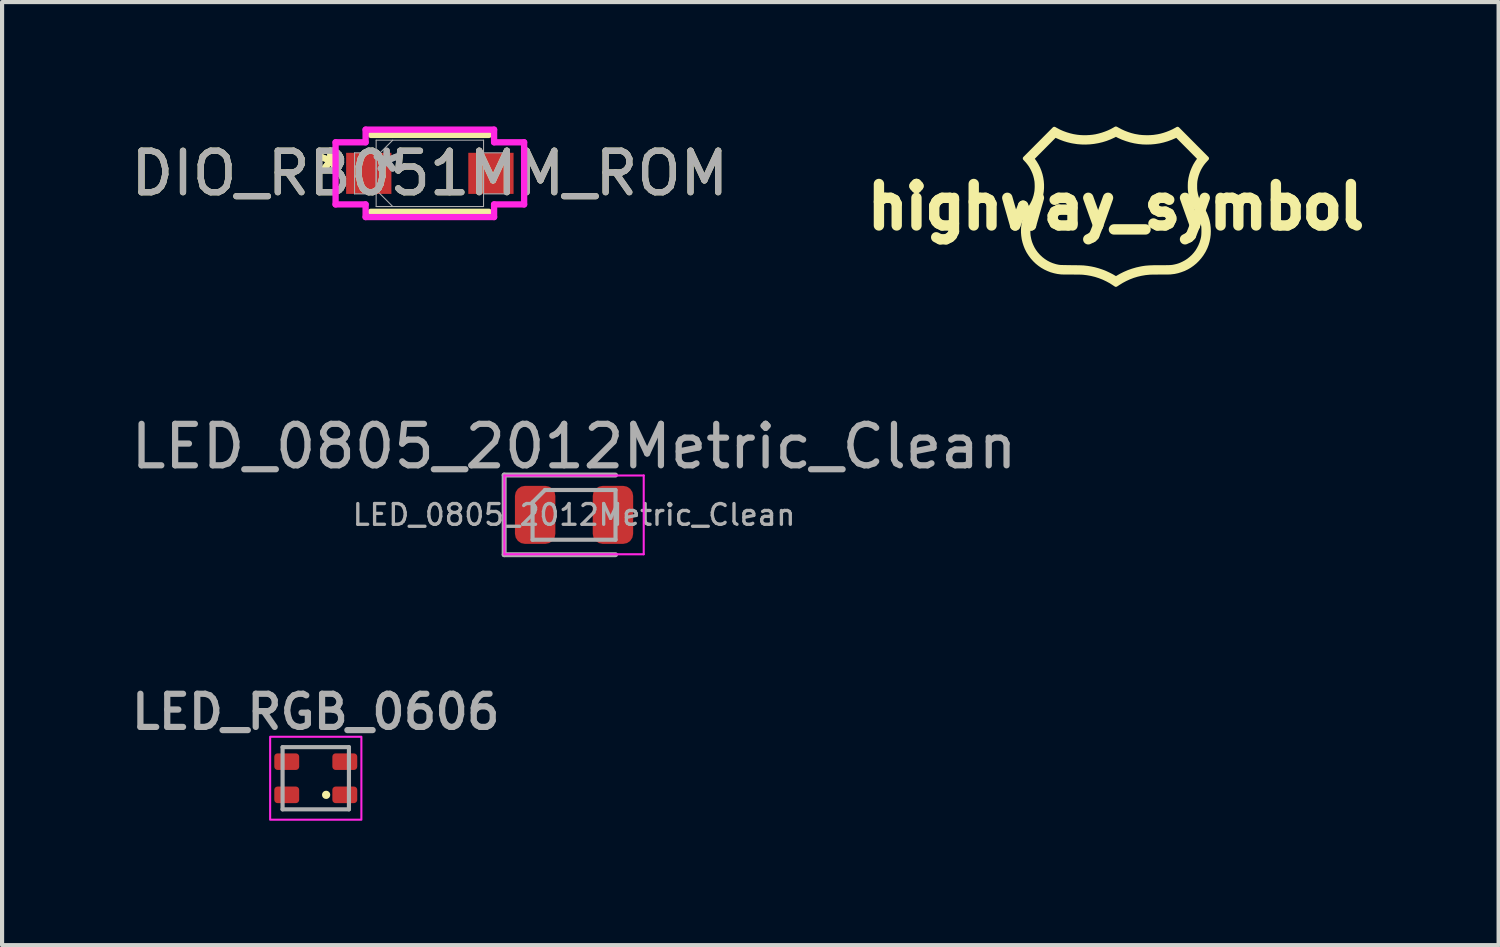
<source format=kicad_pcb>
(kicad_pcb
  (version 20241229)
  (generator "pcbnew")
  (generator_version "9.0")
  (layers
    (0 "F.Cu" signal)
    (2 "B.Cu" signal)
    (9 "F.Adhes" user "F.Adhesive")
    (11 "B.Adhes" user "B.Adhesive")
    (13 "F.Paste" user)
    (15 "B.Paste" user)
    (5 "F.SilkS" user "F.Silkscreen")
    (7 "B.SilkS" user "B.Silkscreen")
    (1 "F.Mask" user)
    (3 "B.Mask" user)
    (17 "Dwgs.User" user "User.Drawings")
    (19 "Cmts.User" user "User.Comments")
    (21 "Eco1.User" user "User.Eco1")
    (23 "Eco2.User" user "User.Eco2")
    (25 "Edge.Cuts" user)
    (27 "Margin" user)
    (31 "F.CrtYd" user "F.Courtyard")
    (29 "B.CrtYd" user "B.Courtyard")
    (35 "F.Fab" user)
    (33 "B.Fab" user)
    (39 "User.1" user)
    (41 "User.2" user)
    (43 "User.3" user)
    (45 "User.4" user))
  (footprint "LED_RGB_0606"
    (layer "F.Cu")
    (at 4.564 15.716)
    (property "Reference" "LED_RGB_0606" (at 0 -1.6 0) (unlocked yes) (layer "F.Fab") (effects (font (size 0.8 0.8) (thickness 0.15) (bold yes))))
    (attr smd)
    (fp_circle (center 0.25 0.4) (end 0.25 0.45) (stroke (width 0.1) (type default)) (fill no) (layer "F.SilkS"))
    (fp_rect (start -1.1 -1) (end 1.1 1) (stroke (width 0.05) (type default)) (fill no) (layer "F.CrtYd"))
    (fp_line (start -0.8 -0.75) (end -0.8 0.75) (stroke (width 0.1) (type default)) (layer "F.Fab"))
    (fp_line (start -0.8 0.75) (end 0.8 0.75) (stroke (width 0.1) (type default)) (layer "F.Fab"))
    (fp_line (start 0.8 -0.75) (end -0.8 -0.75) (stroke (width 0.1) (type default)) (layer "F.Fab"))
    (fp_line (start 0.8 0.75) (end 0.8 -0.75) (stroke (width 0.1) (type default)) (layer "F.Fab"))
    (pad "1" smd roundrect (at 0.7 0.4) (size 0.6 0.4) (layers "F.Cu" "F.Mask" "F.Paste") (roundrect_rratio 0.2))
    (pad "2" smd roundrect (at 0.7 -0.4) (size 0.6 0.4) (layers "F.Cu" "F.Mask" "F.Paste") (roundrect_rratio 0.2))
    (pad "3" smd roundrect (at -0.7 -0.4) (size 0.6 0.4) (layers "F.Cu" "F.Mask" "F.Paste") (roundrect_rratio 0.2))
    (pad "4" smd roundrect (at -0.7 0.4) (size 0.6 0.4) (layers "F.Cu" "F.Mask" "F.Paste") (roundrect_rratio 0.2)))
  (footprint "highway_symbol"
    (layer "F.Cu")
    (at 23.858 1.937)
    (property "Reference" "highway_symbol" (at 0 0 0) (layer "F.SilkS") (effects (font (size 1 1) (thickness 0.25) (bold yes))))
    (attr board_only exclude_from_pos_files exclude_from_bom)
    (fp_poly (pts (xy 0.003 -1.885) (xy 0.012 -1.881) (xy 0.023 -1.874) (xy 0.038 -1.866) (xy 0.044 -1.863) (xy 0.118 -1.823) (xy 0.197 -1.787) (xy 0.279 -1.756) (xy 0.363 -1.729) (xy 0.446 -1.708) (xy 0.468 -1.704) (xy 0.555 -1.689) (xy 0.644 -1.68) (xy 0.735 -1.677) (xy 0.825 -1.678) (xy 0.915 -1.685) (xy 1.001 -1.698) (xy 1.015 -1.7) (xy 1.089 -1.716) (xy 1.164 -1.737) (xy 1.238 -1.762) (xy 1.311 -1.791) (xy 1.381 -1.822) (xy 1.446 -1.857) (xy 1.458 -1.863) (xy 1.486 -1.88) (xy 1.671 -1.694) (xy 1.706 -1.659) (xy 1.744 -1.62) (xy 1.784 -1.58) (xy 1.826 -1.538) (xy 1.868 -1.496) (xy 1.909 -1.454) (xy 1.949 -1.414) (xy 1.986 -1.377) (xy 2.019 -1.343) (xy 2.025 -1.338) (xy 2.195 -1.167) (xy 2.16 -1.129) (xy 2.12 -1.084) (xy 2.085 -1.04) (xy 2.055 -0.996) (xy 2.027 -0.95) (xy 2.005 -0.91) (xy 1.974 -0.84) (xy 1.948 -0.768) (xy 1.928 -0.694) (xy 1.916 -0.632) (xy 1.913 -0.608) (xy 1.911 -0.579) (xy 1.909 -0.547) (xy 1.909 -0.513) (xy 1.909 -0.478) (xy 1.909 -0.445) (xy 1.911 -0.414) (xy 1.913 -0.388) (xy 1.915 -0.372) (xy 1.93 -0.293) (xy 1.951 -0.217) (xy 1.977 -0.144) (xy 2.01 -0.075) (xy 2.028 -0.042) (xy 2.034 -0.03) (xy 2.044 -0.015) (xy 2.055 0.002) (xy 2.066 0.02) (xy 2.071 0.027) (xy 2.11 0.092) (xy 2.144 0.156) (xy 2.172 0.221) (xy 2.195 0.287) (xy 2.212 0.35) (xy 2.227 0.429) (xy 2.236 0.509) (xy 2.239 0.588) (xy 2.236 0.668) (xy 2.226 0.747) (xy 2.21 0.824) (xy 2.189 0.9) (xy 2.161 0.974) (xy 2.127 1.045) (xy 2.11 1.076) (xy 2.066 1.146) (xy 2.017 1.211) (xy 1.964 1.272) (xy 1.907 1.328) (xy 1.845 1.379) (xy 1.78 1.425) (xy 1.712 1.465) (xy 1.64 1.5) (xy 1.565 1.528) (xy 1.488 1.552) (xy 1.409 1.569) (xy 1.327 1.579) (xy 1.32 1.58) (xy 1.31 1.581) (xy 1.294 1.581) (xy 1.272 1.582) (xy 1.246 1.582) (xy 1.217 1.583) (xy 1.184 1.583) (xy 1.148 1.583) (xy 1.111 1.583) (xy 1.073 1.583) (xy 1.072 1.583) (xy 1.033 1.583) (xy 0.996 1.584) (xy 0.959 1.584) (xy 0.925 1.584) (xy 0.894 1.585) (xy 0.866 1.585) (xy 0.843 1.586) (xy 0.825 1.586) (xy 0.813 1.587) (xy 0.711 1.597) (xy 0.61 1.614) (xy 0.511 1.637) (xy 0.415 1.666) (xy 0.321 1.702) (xy 0.229 1.744) (xy 0.139 1.792) (xy 0.053 1.845) (xy 0.037 1.856) (xy 0.022 1.866) (xy 0.011 1.873) (xy 0.003 1.878) (xy -0.000317 1.88) (xy -0.000328 1.88) (xy -0.003 1.878) (xy -0.011 1.873) (xy -0.022 1.866) (xy -0.035 1.857) (xy -0.038 1.855) (xy -0.123 1.8) (xy -0.212 1.752) (xy -0.303 1.709) (xy -0.396 1.673) (xy -0.492 1.642) (xy -0.59 1.618) (xy -0.691 1.6) (xy -0.792 1.588) (xy -0.813 1.587) (xy -0.826 1.586) (xy -0.844 1.586) (xy -0.867 1.585) (xy -0.894 1.585) (xy -0.926 1.584) (xy -0.96 1.584) (xy -0.996 1.584) (xy -1.034 1.583) (xy -1.072 1.583) (xy -1.11 1.583) (xy -1.147 1.583) (xy -1.183 1.583) (xy -1.216 1.582) (xy -1.246 1.582) (xy -1.273 1.582) (xy -1.294 1.581) (xy -1.311 1.581) (xy -1.322 1.58) (xy -1.322 1.58) (xy -1.403 1.57) (xy -1.482 1.553) (xy -1.559 1.531) (xy -1.633 1.502) (xy -1.705 1.468) (xy -1.773 1.429) (xy -1.838 1.384) (xy -1.9 1.334) (xy -1.958 1.278) (xy -2.011 1.219) (xy -2.06 1.154) (xy -2.105 1.085) (xy -2.12 1.058) (xy -2.153 0.991) (xy -2.181 0.92) (xy -2.204 0.847) (xy -2.222 0.772) (xy -2.233 0.695) (xy -2.239 0.619) (xy -2.239 0.573) (xy -2.113 0.573) (xy -2.113 0.607) (xy -2.112 0.64) (xy -2.11 0.671) (xy -2.107 0.698) (xy -2.105 0.713) (xy -2.09 0.79) (xy -2.069 0.864) (xy -2.041 0.934) (xy -2.008 1.002) (xy -1.969 1.067) (xy -1.924 1.128) (xy -1.874 1.185) (xy -1.858 1.201) (xy -1.802 1.253) (xy -1.741 1.3) (xy -1.678 1.341) (xy -1.611 1.376) (xy -1.541 1.405) (xy -1.468 1.428) (xy -1.445 1.434) (xy -1.43 1.437) (xy -1.417 1.44) (xy -1.405 1.443) (xy -1.393 1.445) (xy -1.38 1.447) (xy -1.367 1.449) (xy -1.353 1.45) (xy -1.337 1.452) (xy -1.318 1.453) (xy -1.297 1.453) (xy -1.272 1.454) (xy -1.243 1.455) (xy -1.21 1.455) (xy -1.171 1.456) (xy -1.127 1.456) (xy -1.085 1.457) (xy -1.043 1.457) (xy -1.002 1.458) (xy -0.963 1.458) (xy -0.926 1.459) (xy -0.892 1.46) (xy -0.861 1.46) (xy -0.835 1.461) (xy -0.813 1.462) (xy -0.797 1.462) (xy -0.787 1.463) (xy -0.787 1.463) (xy -0.694 1.473) (xy -0.606 1.487) (xy -0.521 1.505) (xy -0.437 1.528) (xy -0.355 1.555) (xy -0.295 1.577) (xy -0.259 1.592) (xy -0.22 1.61) (xy -0.18 1.629) (xy -0.14 1.649) (xy -0.101 1.669) (xy -0.065 1.69) (xy -0.034 1.708) (xy -0.022 1.716) (xy -0.012 1.723) (xy -0.004 1.728) (xy -0.001 1.73) (xy -0.001 1.73) (xy 0.002 1.728) (xy 0.009 1.724) (xy 0.02 1.717) (xy 0.031 1.711) (xy 0.119 1.66) (xy 0.211 1.614) (xy 0.306 1.573) (xy 0.403 1.539) (xy 0.503 1.51) (xy 0.598 1.489) (xy 0.628 1.483) (xy 0.657 1.478) (xy 0.685 1.474) (xy 0.714 1.47) (xy 0.744 1.467) (xy 0.776 1.465) (xy 0.81 1.462) (xy 0.847 1.461) (xy 0.887 1.459) (xy 0.931 1.458) (xy 0.98 1.458) (xy 1.034 1.457) (xy 1.094 1.457) (xy 1.124 1.457) (xy 1.169 1.457) (xy 1.208 1.457) (xy 1.242 1.456) (xy 1.271 1.456) (xy 1.296 1.455) (xy 1.319 1.454) (xy 1.338 1.452) (xy 1.356 1.451) (xy 1.373 1.448) (xy 1.389 1.446) (xy 1.405 1.442) (xy 1.423 1.439) (xy 1.426 1.438) (xy 1.473 1.427) (xy 1.516 1.414) (xy 1.557 1.399) (xy 1.599 1.38) (xy 1.625 1.368) (xy 1.692 1.332) (xy 1.754 1.291) (xy 1.812 1.244) (xy 1.867 1.193) (xy 1.916 1.138) (xy 1.961 1.079) (xy 2 1.015) (xy 2.034 0.949) (xy 2.063 0.879) (xy 2.085 0.807) (xy 2.09 0.789) (xy 2.097 0.761) (xy 2.102 0.736) (xy 2.106 0.713) (xy 2.108 0.689) (xy 2.11 0.665) (xy 2.111 0.637) (xy 2.112 0.605) (xy 2.112 0.583) (xy 2.112 0.552) (xy 2.111 0.527) (xy 2.111 0.506) (xy 2.11 0.488) (xy 2.108 0.472) (xy 2.106 0.457) (xy 2.106 0.457) (xy 2.092 0.387) (xy 2.073 0.318) (xy 2.049 0.252) (xy 2.037 0.223) (xy 2.027 0.201) (xy 2.017 0.181) (xy 2.005 0.159) (xy 1.991 0.136) (xy 1.975 0.11) (xy 1.96 0.086) (xy 1.919 0.018) (xy 1.884 -0.049) (xy 1.854 -0.115) (xy 1.83 -0.183) (xy 1.811 -0.252) (xy 1.796 -0.325) (xy 1.787 -0.393) (xy 1.785 -0.413) (xy 1.784 -0.437) (xy 1.783 -0.465) (xy 1.783 -0.495) (xy 1.783 -0.525) (xy 1.784 -0.553) (xy 1.785 -0.579) (xy 1.786 -0.6) (xy 1.787 -0.603) (xy 1.799 -0.687) (xy 1.818 -0.768) (xy 1.843 -0.848) (xy 1.874 -0.924) (xy 1.91 -0.998) (xy 1.953 -1.069) (xy 2 -1.135) (xy 2.008 -1.146) (xy 2.015 -1.155) (xy 2.019 -1.162) (xy 2.02 -1.163) (xy 2.018 -1.166) (xy 2.011 -1.173) (xy 2 -1.184) (xy 1.986 -1.199) (xy 1.967 -1.217) (xy 1.946 -1.239) (xy 1.921 -1.264) (xy 1.894 -1.291) (xy 1.865 -1.321) (xy 1.833 -1.353) (xy 1.8 -1.387) (xy 1.765 -1.422) (xy 1.743 -1.444) (xy 1.465 -1.724) (xy 1.422 -1.703) (xy 1.329 -1.663) (xy 1.234 -1.628) (xy 1.138 -1.6) (xy 1.041 -1.578) (xy 0.943 -1.563) (xy 0.844 -1.554) (xy 0.745 -1.551) (xy 0.646 -1.554) (xy 0.548 -1.564) (xy 0.45 -1.58) (xy 0.354 -1.602) (xy 0.258 -1.631) (xy 0.164 -1.665) (xy 0.072 -1.706) (xy 0.057 -1.714) (xy -0.000227 -1.743) (xy -0.058 -1.713) (xy -0.148 -1.672) (xy -0.241 -1.636) (xy -0.335 -1.607) (xy -0.432 -1.584) (xy -0.53 -1.567) (xy -0.629 -1.556) (xy -0.728 -1.551) (xy -0.828 -1.553) (xy -0.928 -1.561) (xy -1.027 -1.576) (xy -1.07 -1.584) (xy -1.157 -1.605) (xy -1.243 -1.631) (xy -1.329 -1.663) (xy -1.416 -1.701) (xy -1.425 -1.705) (xy -1.465 -1.724) (xy -1.743 -1.444) (xy -1.778 -1.408) (xy -1.813 -1.374) (xy -1.845 -1.341) (xy -1.876 -1.31) (xy -1.905 -1.281) (xy -1.931 -1.254) (xy -1.954 -1.231) (xy -1.975 -1.21) (xy -1.992 -1.193) (xy -2.005 -1.179) (xy -2.014 -1.17) (xy -2.019 -1.164) (xy -2.02 -1.163) (xy -2.018 -1.16) (xy -2.013 -1.153) (xy -2.006 -1.143) (xy -2 -1.135) (xy -1.952 -1.067) (xy -1.91 -0.997) (xy -1.873 -0.924) (xy -1.843 -0.849) (xy -1.819 -0.773) (xy -1.801 -0.694) (xy -1.789 -0.615) (xy -1.783 -0.535) (xy -1.783 -0.455) (xy -1.789 -0.375) (xy -1.802 -0.294) (xy -1.821 -0.215) (xy -1.846 -0.137) (xy -1.878 -0.06) (xy -1.882 -0.052) (xy -1.895 -0.025) (xy -1.909 0.002) (xy -1.926 0.031) (xy -1.945 0.063) (xy -1.965 0.093) (xy -2.003 0.156) (xy -2.035 0.219) (xy -2.061 0.281) (xy -2.082 0.345) (xy -2.097 0.411) (xy -2.108 0.48) (xy -2.109 0.486) (xy -2.111 0.511) (xy -2.113 0.541) (xy -2.113 0.573) (xy -2.239 0.573) (xy -2.239 0.544) (xy -2.238 0.526) (xy -2.235 0.489) (xy -2.231 0.456) (xy -2.227 0.425) (xy -2.221 0.395) (xy -2.214 0.362) (xy -2.21 0.343) (xy -2.194 0.286) (xy -2.176 0.231) (xy -2.154 0.178) (xy -2.128 0.125) (xy -2.098 0.072) (xy -2.069 0.025) (xy -2.033 -0.034) (xy -2.003 -0.09) (xy -1.977 -0.145) (xy -1.956 -0.201) (xy -1.938 -0.258) (xy -1.925 -0.318) (xy -1.916 -0.365) (xy -1.913 -0.391) (xy -1.911 -0.422) (xy -1.909 -0.457) (xy -1.908 -0.493) (xy -1.909 -0.529) (xy -1.91 -0.563) (xy -1.912 -0.594) (xy -1.914 -0.62) (xy -1.915 -0.622) (xy -1.928 -0.693) (xy -1.945 -0.76) (xy -1.967 -0.824) (xy -1.995 -0.888) (xy -2.007 -0.912) (xy -2.034 -0.962) (xy -2.063 -1.009) (xy -2.096 -1.054) (xy -2.133 -1.1) (xy -2.16 -1.129) (xy -2.195 -1.167) (xy -2.025 -1.338) (xy -1.992 -1.371) (xy -1.956 -1.407) (xy -1.917 -1.447) (xy -1.876 -1.488) (xy -1.834 -1.53) (xy -1.792 -1.572) (xy -1.751 -1.613) (xy -1.713 -1.652) (xy -1.677 -1.688) (xy -1.671 -1.694) (xy -1.486 -1.88) (xy -1.447 -1.858) (xy -1.37 -1.817) (xy -1.288 -1.781) (xy -1.203 -1.75) (xy -1.116 -1.724) (xy -1.028 -1.703) (xy -0.942 -1.689) (xy -0.868 -1.681) (xy -0.792 -1.677) (xy -0.714 -1.677) (xy -0.637 -1.681) (xy -0.562 -1.688) (xy -0.49 -1.699) (xy -0.484 -1.7) (xy -0.406 -1.718) (xy -0.327 -1.74) (xy -0.249 -1.767) (xy -0.173 -1.797) (xy -0.101 -1.831) (xy -0.034 -1.868) (xy -0.021 -1.876) (xy -0.01 -1.882) (xy -0.003 -1.886) (xy -0.000235 -1.887)) (stroke (width 0.1) (type solid)) (fill yes) (layer "F.SilkS")))
  (footprint "LED_0805_2012Metric_Clean"
    (layer "F.Cu")
    (at 10.792 9.365)
    (property "Reference" "LED_0805_2012Metric_Clean" (at 0 -1.65 0) (layer "F.Fab") (effects (font (size 1 1) (thickness 0.15))))
    (attr smd)
    (fp_line (start -1.68 -0.95) (end 1.68 -0.95) (stroke (width 0.05) (type solid)) (layer "F.CrtYd"))
    (fp_line (start -1.68 0.95) (end -1.68 -0.95) (stroke (width 0.05) (type solid)) (layer "F.CrtYd"))
    (fp_line (start 1.68 -0.95) (end 1.68 0.95) (stroke (width 0.05) (type solid)) (layer "F.CrtYd"))
    (fp_line (start 1.68 0.95) (end -1.68 0.95) (stroke (width 0.05) (type solid)) (layer "F.CrtYd"))
    (fp_line (start -1.685 -0.96) (end -1.685 0.96) (stroke (width 0.12) (type solid)) (layer "F.Fab"))
    (fp_line (start -1.685 0.96) (end 1 0.96) (stroke (width 0.12) (type solid)) (layer "F.Fab"))
    (fp_line (start -1 -0.3) (end -1 0.6) (stroke (width 0.1) (type solid)) (layer "F.Fab"))
    (fp_line (start -1 0.6) (end 1 0.6) (stroke (width 0.1) (type solid)) (layer "F.Fab"))
    (fp_line (start -0.7 -0.6) (end -1 -0.3) (stroke (width 0.1) (type solid)) (layer "F.Fab"))
    (fp_line (start 1 -0.96) (end -1.685 -0.96) (stroke (width 0.12) (type solid)) (layer "F.Fab"))
    (fp_line (start 1 -0.6) (end -0.7 -0.6) (stroke (width 0.1) (type solid)) (layer "F.Fab"))
    (fp_line (start 1 0.6) (end 1 -0.6) (stroke (width 0.1) (type solid)) (layer "F.Fab"))
    (fp_text user "${REFERENCE}" (at 0 0 0) (layer "F.Fab") (effects (font (size 0.5 0.5) (thickness 0.08))))
    (pad "1" smd roundrect (at -0.938 0) (size 0.975 1.4) (layers "F.Cu" "F.Mask" "F.Paste") (roundrect_rratio 0.25))
    (pad "2" smd roundrect (at 0.938 0) (size 0.975 1.4) (layers "F.Cu" "F.Mask" "F.Paste") (roundrect_rratio 0.25)))
  (footprint "DIO_RB051MM_ROM"
    (layer "F.Cu")
    (at 7.315 1.13)
    (property "Reference" "DIO_RB051MM_ROM" (at 0 0 0) (unlocked yes) (layer "F.SilkS") (effects (font (size 1 1) (thickness 0.15))))
    (attr smd)
    (fp_line (start -1.422 0.927) (end 1.422 0.927) (stroke (width 0.152) (type solid)) (layer "F.SilkS"))
    (fp_line (start 1.422 -0.927) (end -1.422 -0.927) (stroke (width 0.152) (type solid)) (layer "F.SilkS"))
    (fp_line (start -2.273 -0.749) (end -1.549 -0.749) (stroke (width 0.152) (type solid)) (layer "F.CrtYd"))
    (fp_line (start -2.273 0.749) (end -2.273 -0.749) (stroke (width 0.152) (type solid)) (layer "F.CrtYd"))
    (fp_line (start -1.549 -1.054) (end 1.549 -1.054) (stroke (width 0.152) (type solid)) (layer "F.CrtYd"))
    (fp_line (start -1.549 -0.749) (end -1.549 -1.054) (stroke (width 0.152) (type solid)) (layer "F.CrtYd"))
    (fp_line (start -1.549 0.749) (end -2.273 0.749) (stroke (width 0.152) (type solid)) (layer "F.CrtYd"))
    (fp_line (start -1.549 1.054) (end -1.549 0.749) (stroke (width 0.152) (type solid)) (layer "F.CrtYd"))
    (fp_line (start 1.549 -1.054) (end 1.549 -0.749) (stroke (width 0.152) (type solid)) (layer "F.CrtYd"))
    (fp_line (start 1.549 -0.749) (end 2.273 -0.749) (stroke (width 0.152) (type solid)) (layer "F.CrtYd"))
    (fp_line (start 1.549 0.749) (end 1.549 1.054) (stroke (width 0.152) (type solid)) (layer "F.CrtYd"))
    (fp_line (start 1.549 1.054) (end -1.549 1.054) (stroke (width 0.152) (type solid)) (layer "F.CrtYd"))
    (fp_line (start 2.273 -0.749) (end 2.273 0.749) (stroke (width 0.152) (type solid)) (layer "F.CrtYd"))
    (fp_line (start 2.273 0.749) (end 1.549 0.749) (stroke (width 0.152) (type solid)) (layer "F.CrtYd"))
    (fp_line (start -1.816 -0.495) (end -1.816 0.495) (stroke (width 0.025) (type solid)) (layer "F.Fab"))
    (fp_line (start -1.816 0.495) (end -1.295 0.495) (stroke (width 0.025) (type solid)) (layer "F.Fab"))
    (fp_line (start -1.295 -0.8) (end -1.295 0.8) (stroke (width 0.025) (type solid)) (layer "F.Fab"))
    (fp_line (start -1.295 -0.495) (end -1.816 -0.495) (stroke (width 0.025) (type solid)) (layer "F.Fab"))
    (fp_line (start -1.295 -0.4) (end -0.895 -0.8) (stroke (width 0.025) (type solid)) (layer "F.Fab"))
    (fp_line (start -1.295 0.4) (end -0.895 0.8) (stroke (width 0.025) (type solid)) (layer "F.Fab"))
    (fp_line (start -1.295 0.495) (end -1.295 -0.495) (stroke (width 0.025) (type solid)) (layer "F.Fab"))
    (fp_line (start -1.295 0.8) (end 1.295 0.8) (stroke (width 0.025) (type solid)) (layer "F.Fab"))
    (fp_line (start 1.295 -0.8) (end -1.295 -0.8) (stroke (width 0.025) (type solid)) (layer "F.Fab"))
    (fp_line (start 1.295 -0.495) (end 1.295 0.495) (stroke (width 0.025) (type solid)) (layer "F.Fab"))
    (fp_line (start 1.295 0.495) (end 1.816 0.495) (stroke (width 0.025) (type solid)) (layer "F.Fab"))
    (fp_line (start 1.295 0.8) (end 1.295 -0.8) (stroke (width 0.025) (type solid)) (layer "F.Fab"))
    (fp_line (start 1.816 -0.495) (end 1.295 -0.495) (stroke (width 0.025) (type solid)) (layer "F.Fab"))
    (fp_line (start 1.816 0.495) (end 1.816 -0.495) (stroke (width 0.025) (type solid)) (layer "F.Fab"))
    (fp_text user "*" (at -2.4 0 0) (unlocked yes) (layer "F.SilkS") (effects (font (size 1 1) (thickness 0.15))))
    (fp_text user "*" (at -2.4 0 0) (layer "F.SilkS") (effects (font (size 1 1) (thickness 0.15))))
    (fp_text user "*" (at -1.041 0 0) (layer "F.Fab") (effects (font (size 1 1) (thickness 0.15))))
    (fp_text user "${REFERENCE}" (at 0 0 0) (unlocked yes) (layer "F.Fab") (effects (font (size 1 1) (thickness 0.15))))
    (fp_text user "*" (at -1.041 0 0) (unlocked yes) (layer "F.Fab") (effects (font (size 1 1) (thickness 0.15))))
    (pad "1" smd rect (at -1.473 0) (size 1.092 0.991) (layers "F.Cu" "F.Mask" "F.Paste"))
    (pad "2" smd rect (at 1.473 0) (size 1.092 0.991) (layers "F.Cu" "F.Mask" "F.Paste"))
    (zone (net_name "") (layer "F.Cu") (hatch full 0.508) (connect_pads) (min_thickness 0.254) (filled_areas_thickness no) (keepout (tracks not_allowed) (vias not_allowed) (pads allowed) (copperpour not_allowed) (footprints allowed)) (placement (enabled no)) (fill) (polygon (pts (xy 6.439 0.381) (xy 8.192 0.381) (xy 8.192 1.88) (xy 6.439 1.88)))))
  (gr_rect
    (start -3 -3)
    (end 33.086 19.741)
    (stroke (width 0.1) (type default))
    (fill no)
    (layer "Edge.Cuts")))
</source>
